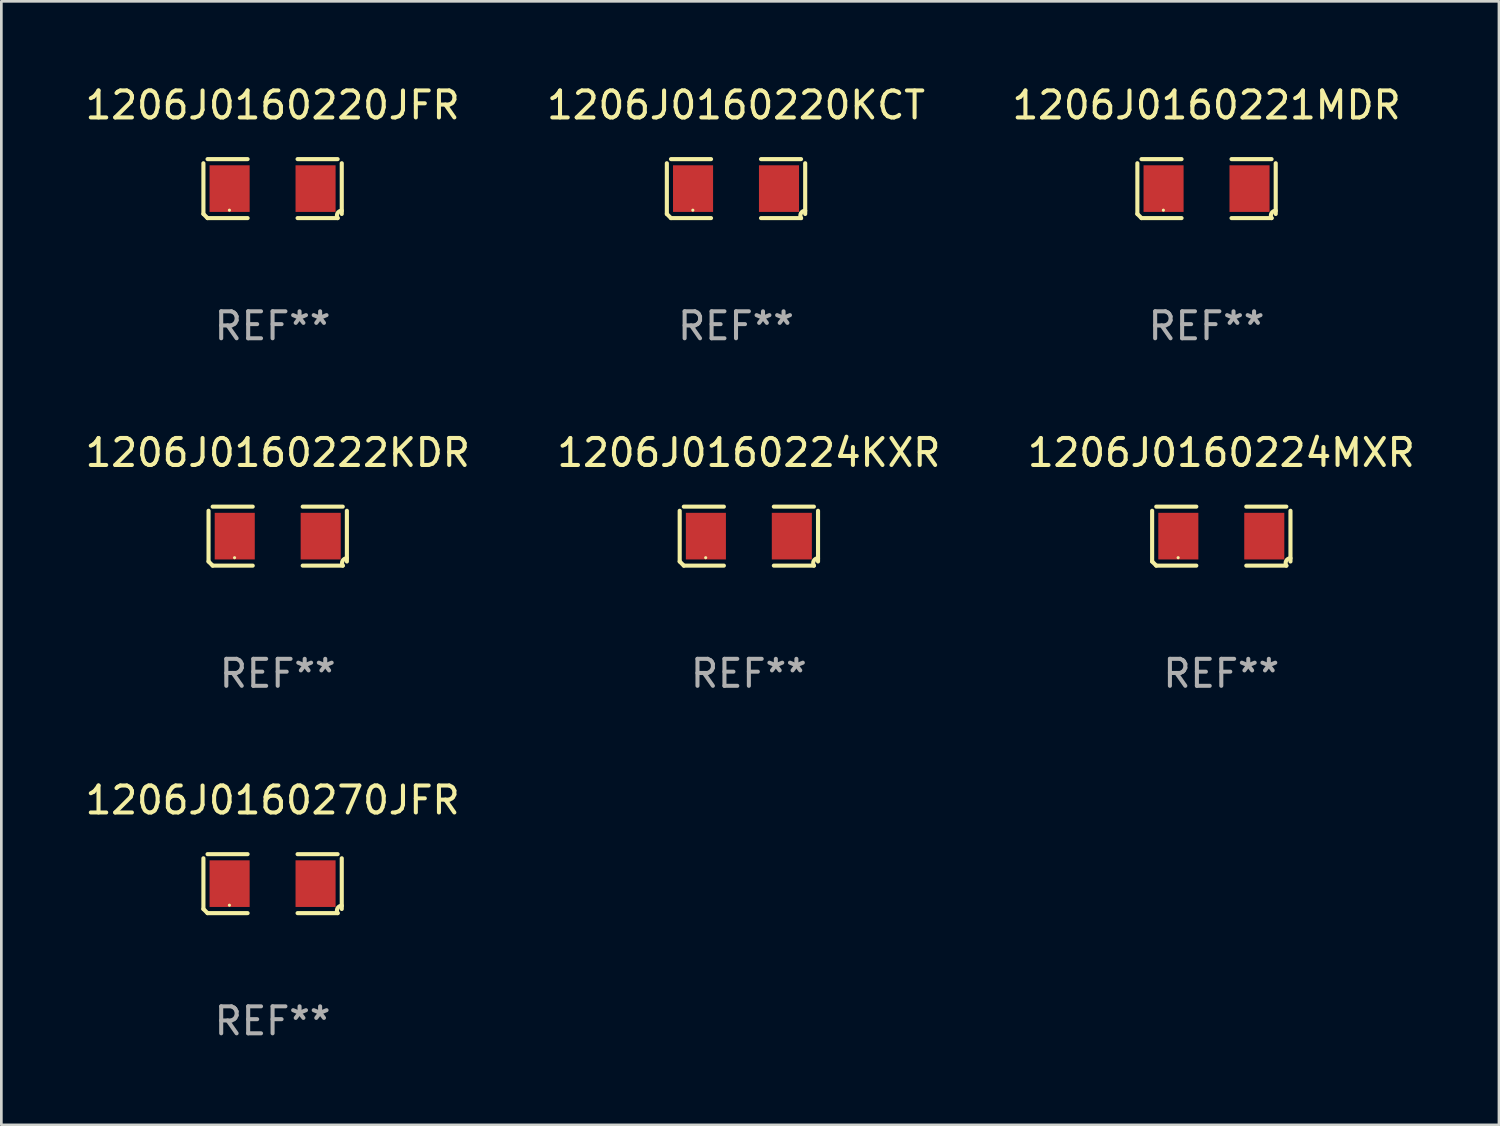
<source format=kicad_pcb>
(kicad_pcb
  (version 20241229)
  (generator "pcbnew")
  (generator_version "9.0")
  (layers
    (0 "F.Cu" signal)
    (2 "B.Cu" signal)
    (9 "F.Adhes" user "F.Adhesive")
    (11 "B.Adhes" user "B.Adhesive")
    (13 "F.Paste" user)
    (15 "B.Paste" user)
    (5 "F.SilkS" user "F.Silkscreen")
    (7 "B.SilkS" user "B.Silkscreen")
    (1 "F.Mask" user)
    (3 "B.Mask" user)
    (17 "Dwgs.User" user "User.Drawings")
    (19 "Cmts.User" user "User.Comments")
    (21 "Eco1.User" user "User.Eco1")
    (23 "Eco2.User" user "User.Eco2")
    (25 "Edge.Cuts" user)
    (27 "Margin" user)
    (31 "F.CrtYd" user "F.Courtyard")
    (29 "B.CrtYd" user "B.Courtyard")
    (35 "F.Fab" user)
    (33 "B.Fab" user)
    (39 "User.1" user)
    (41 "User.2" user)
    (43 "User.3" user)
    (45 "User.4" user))
  (footprint "1206J0160220KCT"
    (layer "F.Cu")
    (at 24.232 3.941)
    (property "Reference" "1206J0160220KCT" (at 0 -3.093 0) (layer "F.SilkS") (effects (font (size 1 1) (thickness 0.15))))
    (attr through_hole)
    (fp_line (start -2.564 0.94) (end -2.564 -0.94) (stroke (width 0.152) (type solid)) (layer "F.SilkS"))
    (fp_line (start -2.411 -1.093) (end -0.926 -1.093) (stroke (width 0.152) (type solid)) (layer "F.SilkS"))
    (fp_line (start -0.926 1.093) (end -2.411 1.093) (stroke (width 0.152) (type solid)) (layer "F.SilkS"))
    (fp_line (start 0.926 1.093) (end 2.411 1.093) (stroke (width 0.152) (type solid)) (layer "F.SilkS"))
    (fp_line (start 2.411 -1.093) (end 0.926 -1.093) (stroke (width 0.152) (type solid)) (layer "F.SilkS"))
    (fp_line (start 2.564 0.94) (end 2.564 -0.94) (stroke (width 0.152) (type solid)) (layer "F.SilkS"))
    (fp_arc (start -2.411201 1.092609) (mid -2.487413 1.01642) (end -2.563602 0.940208) (stroke (width 0.1524) (type solid)) (layer "F.SilkS"))
    (fp_arc (start 2.411201 1.092609) (mid 2.407159 0.911226) (end 2.563602 0.819347) (stroke (width 0.1524) (type solid)) (layer "F.SilkS"))
    (fp_circle (center -1.6 0.8) (end -1.57 0.8) (stroke (width 0.06) (type solid)) (fill no) (layer "F.SilkS"))
    (fp_text user "REF**" (at 0 5.093 0) (layer "F.Fab") (effects (font (size 1 1) (thickness 0.15))))
    (pad "1" smd rect (at -1.593 0) (size 1.485 1.728) (layers "F.Cu" "F.Mask" "F.Paste"))
    (pad "2" smd rect (at 1.593 0) (size 1.485 1.728) (layers "F.Cu" "F.Mask" "F.Paste")))
  (footprint "1206J0160220JFR"
    (layer "F.Cu")
    (at 7.054 3.941)
    (property "Reference" "1206J0160220JFR" (at 0 -3.093 0) (layer "F.SilkS") (effects (font (size 1 1) (thickness 0.15))))
    (attr through_hole)
    (fp_line (start -2.564 0.94) (end -2.564 -0.94) (stroke (width 0.152) (type solid)) (layer "F.SilkS"))
    (fp_line (start -2.411 -1.093) (end -0.926 -1.093) (stroke (width 0.152) (type solid)) (layer "F.SilkS"))
    (fp_line (start -0.926 1.093) (end -2.411 1.093) (stroke (width 0.152) (type solid)) (layer "F.SilkS"))
    (fp_line (start 0.926 1.093) (end 2.411 1.093) (stroke (width 0.152) (type solid)) (layer "F.SilkS"))
    (fp_line (start 2.411 -1.093) (end 0.926 -1.093) (stroke (width 0.152) (type solid)) (layer "F.SilkS"))
    (fp_line (start 2.564 0.94) (end 2.564 -0.94) (stroke (width 0.152) (type solid)) (layer "F.SilkS"))
    (fp_arc (start -2.411201 1.092609) (mid -2.487413 1.01642) (end -2.563602 0.940208) (stroke (width 0.1524) (type solid)) (layer "F.SilkS"))
    (fp_arc (start 2.411201 1.092609) (mid 2.407159 0.911226) (end 2.563602 0.819347) (stroke (width 0.1524) (type solid)) (layer "F.SilkS"))
    (fp_circle (center -1.6 0.8) (end -1.57 0.8) (stroke (width 0.06) (type solid)) (fill no) (layer "F.SilkS"))
    (fp_text user "REF**" (at 0 5.093 0) (layer "F.Fab") (effects (font (size 1 1) (thickness 0.15))))
    (pad "1" smd rect (at -1.593 0) (size 1.485 1.728) (layers "F.Cu" "F.Mask" "F.Paste"))
    (pad "2" smd rect (at 1.593 0) (size 1.485 1.728) (layers "F.Cu" "F.Mask" "F.Paste")))
  (footprint "1206J0160221MDR"
    (layer "F.Cu")
    (at 41.673 3.941)
    (property "Reference" "1206J0160221MDR" (at 0 -3.093 0) (layer "F.SilkS") (effects (font (size 1 1) (thickness 0.15))))
    (attr through_hole)
    (fp_line (start -2.564 0.94) (end -2.564 -0.94) (stroke (width 0.152) (type solid)) (layer "F.SilkS"))
    (fp_line (start -2.411 -1.093) (end -0.926 -1.093) (stroke (width 0.152) (type solid)) (layer "F.SilkS"))
    (fp_line (start -0.926 1.093) (end -2.411 1.093) (stroke (width 0.152) (type solid)) (layer "F.SilkS"))
    (fp_line (start 0.926 1.093) (end 2.411 1.093) (stroke (width 0.152) (type solid)) (layer "F.SilkS"))
    (fp_line (start 2.411 -1.093) (end 0.926 -1.093) (stroke (width 0.152) (type solid)) (layer "F.SilkS"))
    (fp_line (start 2.564 0.94) (end 2.564 -0.94) (stroke (width 0.152) (type solid)) (layer "F.SilkS"))
    (fp_arc (start -2.411201 1.092609) (mid -2.487413 1.01642) (end -2.563602 0.940208) (stroke (width 0.1524) (type solid)) (layer "F.SilkS"))
    (fp_arc (start 2.411201 1.092609) (mid 2.407159 0.911226) (end 2.563602 0.819347) (stroke (width 0.1524) (type solid)) (layer "F.SilkS"))
    (fp_circle (center -1.6 0.8) (end -1.57 0.8) (stroke (width 0.06) (type solid)) (fill no) (layer "F.SilkS"))
    (fp_text user "REF**" (at 0 5.093 0) (layer "F.Fab") (effects (font (size 1 1) (thickness 0.15))))
    (pad "1" smd rect (at -1.593 0) (size 1.485 1.728) (layers "F.Cu" "F.Mask" "F.Paste"))
    (pad "2" smd rect (at 1.593 0) (size 1.485 1.728) (layers "F.Cu" "F.Mask" "F.Paste")))
  (footprint "1206J0160224MXR"
    (layer "F.Cu")
    (at 42.22 16.823)
    (property "Reference" "1206J0160224MXR" (at 0 -3.093 0) (layer "F.SilkS") (effects (font (size 1 1) (thickness 0.15))))
    (attr through_hole)
    (fp_line (start -2.564 0.94) (end -2.564 -0.94) (stroke (width 0.152) (type solid)) (layer "F.SilkS"))
    (fp_line (start -2.411 -1.093) (end -0.926 -1.093) (stroke (width 0.152) (type solid)) (layer "F.SilkS"))
    (fp_line (start -0.926 1.093) (end -2.411 1.093) (stroke (width 0.152) (type solid)) (layer "F.SilkS"))
    (fp_line (start 0.926 1.093) (end 2.411 1.093) (stroke (width 0.152) (type solid)) (layer "F.SilkS"))
    (fp_line (start 2.411 -1.093) (end 0.926 -1.093) (stroke (width 0.152) (type solid)) (layer "F.SilkS"))
    (fp_line (start 2.564 0.94) (end 2.564 -0.94) (stroke (width 0.152) (type solid)) (layer "F.SilkS"))
    (fp_arc (start -2.411201 1.092609) (mid -2.487413 1.01642) (end -2.563602 0.940208) (stroke (width 0.1524) (type solid)) (layer "F.SilkS"))
    (fp_arc (start 2.411201 1.092609) (mid 2.407159 0.911226) (end 2.563602 0.819347) (stroke (width 0.1524) (type solid)) (layer "F.SilkS"))
    (fp_circle (center -1.6 0.8) (end -1.57 0.8) (stroke (width 0.06) (type solid)) (fill no) (layer "F.SilkS"))
    (fp_text user "REF**" (at 0 5.093 0) (layer "F.Fab") (effects (font (size 1 1) (thickness 0.15))))
    (pad "1" smd rect (at -1.593 0) (size 1.485 1.728) (layers "F.Cu" "F.Mask" "F.Paste"))
    (pad "2" smd rect (at 1.593 0) (size 1.485 1.728) (layers "F.Cu" "F.Mask" "F.Paste")))
  (footprint "1206J0160270JFR"
    (layer "F.Cu")
    (at 7.054 29.704)
    (property "Reference" "1206J0160270JFR" (at 0 -3.093 0) (layer "F.SilkS") (effects (font (size 1 1) (thickness 0.15))))
    (attr through_hole)
    (fp_line (start -2.564 0.94) (end -2.564 -0.94) (stroke (width 0.152) (type solid)) (layer "F.SilkS"))
    (fp_line (start -2.411 -1.093) (end -0.926 -1.093) (stroke (width 0.152) (type solid)) (layer "F.SilkS"))
    (fp_line (start -0.926 1.093) (end -2.411 1.093) (stroke (width 0.152) (type solid)) (layer "F.SilkS"))
    (fp_line (start 0.926 1.093) (end 2.411 1.093) (stroke (width 0.152) (type solid)) (layer "F.SilkS"))
    (fp_line (start 2.411 -1.093) (end 0.926 -1.093) (stroke (width 0.152) (type solid)) (layer "F.SilkS"))
    (fp_line (start 2.564 0.94) (end 2.564 -0.94) (stroke (width 0.152) (type solid)) (layer "F.SilkS"))
    (fp_arc (start -2.411201 1.092609) (mid -2.487413 1.01642) (end -2.563602 0.940208) (stroke (width 0.1524) (type solid)) (layer "F.SilkS"))
    (fp_arc (start 2.411201 1.092609) (mid 2.407159 0.911226) (end 2.563602 0.819347) (stroke (width 0.1524) (type solid)) (layer "F.SilkS"))
    (fp_circle (center -1.6 0.8) (end -1.57 0.8) (stroke (width 0.06) (type solid)) (fill no) (layer "F.SilkS"))
    (fp_text user "REF**" (at 0 5.093 0) (layer "F.Fab") (effects (font (size 1 1) (thickness 0.15))))
    (pad "1" smd rect (at -1.593 0) (size 1.485 1.728) (layers "F.Cu" "F.Mask" "F.Paste"))
    (pad "2" smd rect (at 1.593 0) (size 1.485 1.728) (layers "F.Cu" "F.Mask" "F.Paste")))
  (footprint "1206J0160224KXR"
    (layer "F.Cu")
    (at 24.708 16.823)
    (property "Reference" "1206J0160224KXR" (at 0 -3.093 0) (layer "F.SilkS") (effects (font (size 1 1) (thickness 0.15))))
    (attr through_hole)
    (fp_line (start -2.564 0.94) (end -2.564 -0.94) (stroke (width 0.152) (type solid)) (layer "F.SilkS"))
    (fp_line (start -2.411 -1.093) (end -0.926 -1.093) (stroke (width 0.152) (type solid)) (layer "F.SilkS"))
    (fp_line (start -0.926 1.093) (end -2.411 1.093) (stroke (width 0.152) (type solid)) (layer "F.SilkS"))
    (fp_line (start 0.926 1.093) (end 2.411 1.093) (stroke (width 0.152) (type solid)) (layer "F.SilkS"))
    (fp_line (start 2.411 -1.093) (end 0.926 -1.093) (stroke (width 0.152) (type solid)) (layer "F.SilkS"))
    (fp_line (start 2.564 0.94) (end 2.564 -0.94) (stroke (width 0.152) (type solid)) (layer "F.SilkS"))
    (fp_arc (start -2.411201 1.092609) (mid -2.487413 1.01642) (end -2.563602 0.940208) (stroke (width 0.1524) (type solid)) (layer "F.SilkS"))
    (fp_arc (start 2.411201 1.092609) (mid 2.407159 0.911226) (end 2.563602 0.819347) (stroke (width 0.1524) (type solid)) (layer "F.SilkS"))
    (fp_circle (center -1.6 0.8) (end -1.57 0.8) (stroke (width 0.06) (type solid)) (fill no) (layer "F.SilkS"))
    (fp_text user "REF**" (at 0 5.093 0) (layer "F.Fab") (effects (font (size 1 1) (thickness 0.15))))
    (pad "1" smd rect (at -1.593 0) (size 1.485 1.728) (layers "F.Cu" "F.Mask" "F.Paste"))
    (pad "2" smd rect (at 1.593 0) (size 1.485 1.728) (layers "F.Cu" "F.Mask" "F.Paste")))
  (footprint "1206J0160222KDR"
    (layer "F.Cu")
    (at 7.244 16.823)
    (property "Reference" "1206J0160222KDR" (at 0 -3.093 0) (layer "F.SilkS") (effects (font (size 1 1) (thickness 0.15))))
    (attr through_hole)
    (fp_line (start -2.564 0.94) (end -2.564 -0.94) (stroke (width 0.152) (type solid)) (layer "F.SilkS"))
    (fp_line (start -2.411 -1.093) (end -0.926 -1.093) (stroke (width 0.152) (type solid)) (layer "F.SilkS"))
    (fp_line (start -0.926 1.093) (end -2.411 1.093) (stroke (width 0.152) (type solid)) (layer "F.SilkS"))
    (fp_line (start 0.926 1.093) (end 2.411 1.093) (stroke (width 0.152) (type solid)) (layer "F.SilkS"))
    (fp_line (start 2.411 -1.093) (end 0.926 -1.093) (stroke (width 0.152) (type solid)) (layer "F.SilkS"))
    (fp_line (start 2.564 0.94) (end 2.564 -0.94) (stroke (width 0.152) (type solid)) (layer "F.SilkS"))
    (fp_arc (start -2.411201 1.092609) (mid -2.487413 1.01642) (end -2.563602 0.940208) (stroke (width 0.1524) (type solid)) (layer "F.SilkS"))
    (fp_arc (start 2.411201 1.092609) (mid 2.407159 0.911226) (end 2.563602 0.819347) (stroke (width 0.1524) (type solid)) (layer "F.SilkS"))
    (fp_circle (center -1.6 0.8) (end -1.57 0.8) (stroke (width 0.06) (type solid)) (fill no) (layer "F.SilkS"))
    (fp_text user "REF**" (at 0 5.093 0) (layer "F.Fab") (effects (font (size 1 1) (thickness 0.15))))
    (pad "1" smd rect (at -1.593 0) (size 1.485 1.728) (layers "F.Cu" "F.Mask" "F.Paste"))
    (pad "2" smd rect (at 1.593 0) (size 1.485 1.728) (layers "F.Cu" "F.Mask" "F.Paste")))
  (gr_rect
    (start -3 -3)
    (end 52.512 38.645)
    (stroke (width 0.1) (type default))
    (fill no)
    (layer "Edge.Cuts")))
</source>
